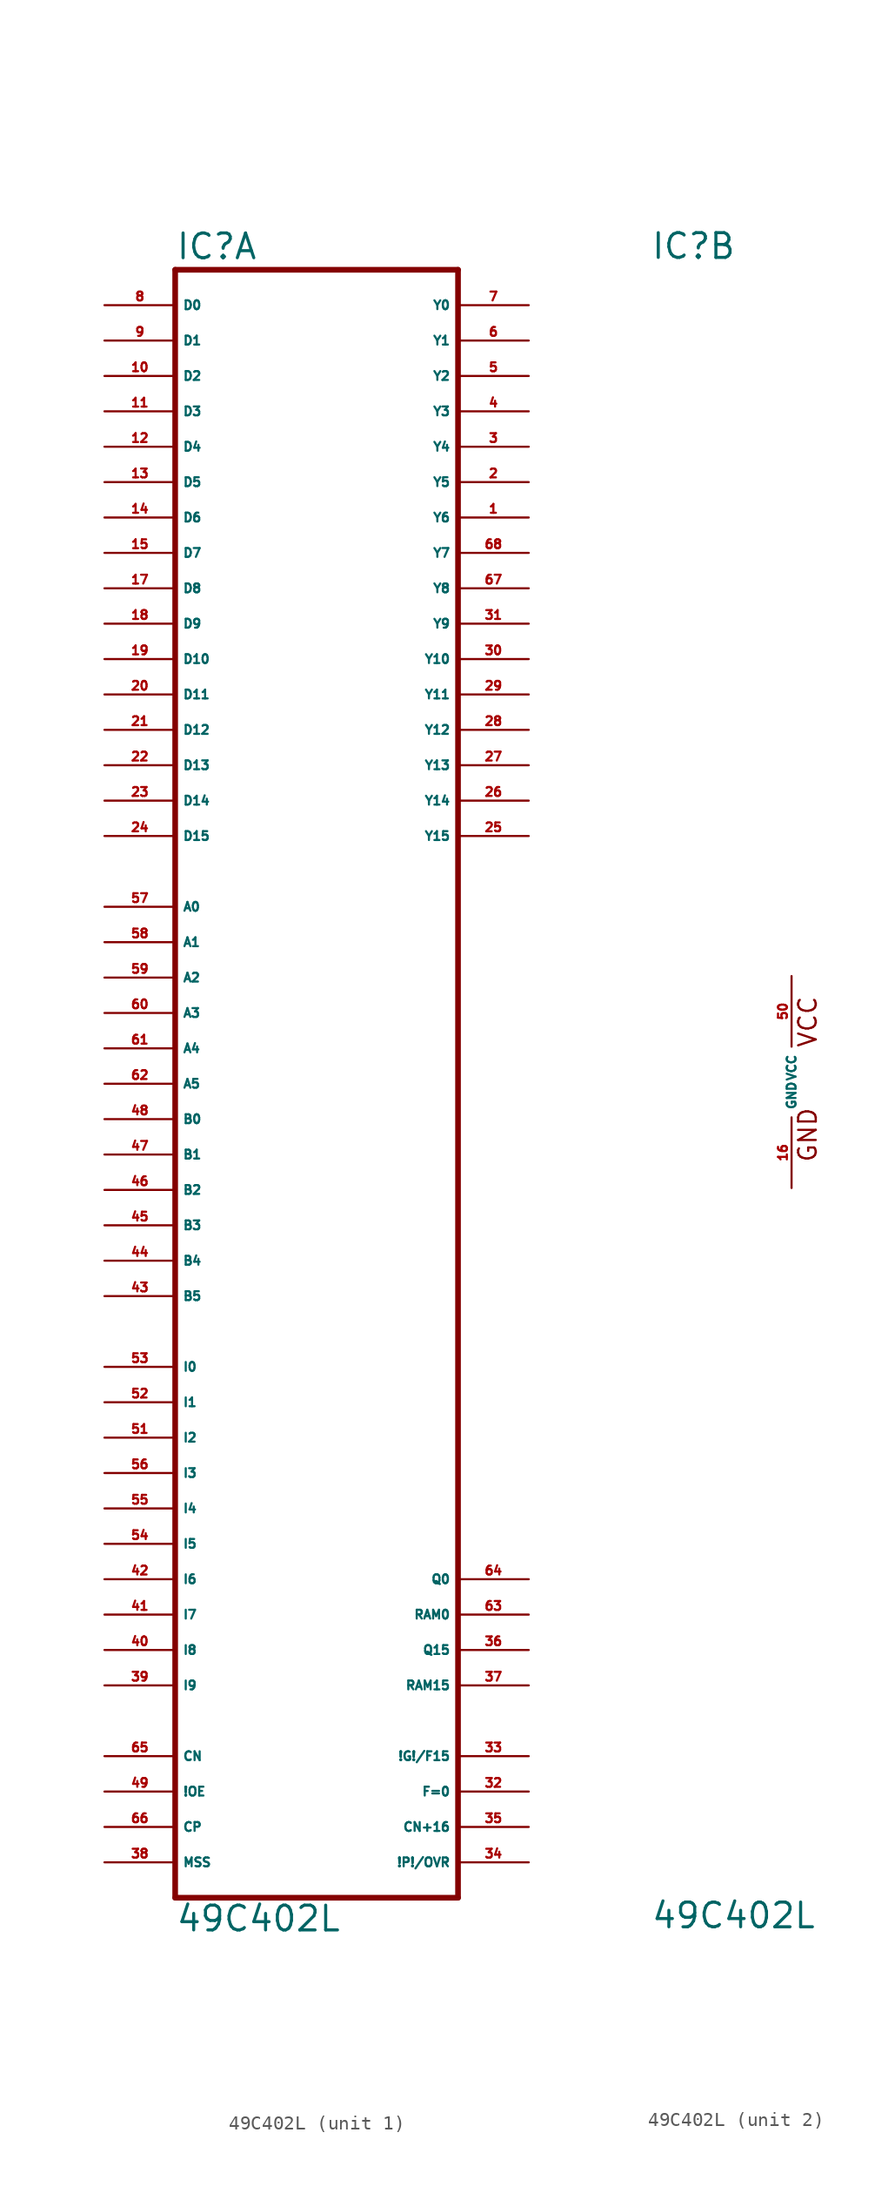
<source format=kicad_sym>
(kicad_symbol_lib
  (version 20220914)
  (generator Eagle2Kicad)
  (symbol "49C402L"
    (property "Reference" "IC"
      (at -10.16 59.055 0)
      (effects (font (size 1.778 1.778) (thickness 0.22)) (justify left bottom)))
    (property "Value" "49C402L"
      (at -10.16 -60.96 0)
      (effects (font (size 1.778 1.778) (thickness 0.22)) (justify left bottom)))
    (symbol "49C402L_1_0"
      (polyline (pts (xy -10.16 -58.42) (xy 10.16 -58.42)) (stroke (width 0.406) (type default)) (fill (type none)))
      (polyline (pts (xy 10.16 -58.42) (xy 10.16 58.42)) (stroke (width 0.406) (type default)) (fill (type none)))
      (polyline (pts (xy 10.16 58.42) (xy -10.16 58.42)) (stroke (width 0.406) (type default)) (fill (type none)))
      (polyline (pts (xy -10.16 58.42) (xy -10.16 -58.42)) (stroke (width 0.406) (type default)) (fill (type none)))
      (pin input line (at -15.24 12.7 0) (length 5.08) (name "A0" (effects (font (size 0.635 0.635) (thickness 0.08)) (justify left bottom))) (number "57" (effects (font (size 0.635 0.635) (thickness 0.08)) (justify left bottom))))
      (pin input line (at -15.24 10.16 0) (length 5.08) (name "A1" (effects (font (size 0.635 0.635) (thickness 0.08)) (justify left bottom))) (number "58" (effects (font (size 0.635 0.635) (thickness 0.08)) (justify left bottom))))
      (pin input line (at -15.24 7.62 0) (length 5.08) (name "A2" (effects (font (size 0.635 0.635) (thickness 0.08)) (justify left bottom))) (number "59" (effects (font (size 0.635 0.635) (thickness 0.08)) (justify left bottom))))
      (pin input line (at -15.24 5.08 0) (length 5.08) (name "A3" (effects (font (size 0.635 0.635) (thickness 0.08)) (justify left bottom))) (number "60" (effects (font (size 0.635 0.635) (thickness 0.08)) (justify left bottom))))
      (pin input line (at -15.24 -2.54 0) (length 5.08) (name "B0" (effects (font (size 0.635 0.635) (thickness 0.08)) (justify left bottom))) (number "48" (effects (font (size 0.635 0.635) (thickness 0.08)) (justify left bottom))))
      (pin input line (at -15.24 -5.08 0) (length 5.08) (name "B1" (effects (font (size 0.635 0.635) (thickness 0.08)) (justify left bottom))) (number "47" (effects (font (size 0.635 0.635) (thickness 0.08)) (justify left bottom))))
      (pin input line (at -15.24 -7.62 0) (length 5.08) (name "B2" (effects (font (size 0.635 0.635) (thickness 0.08)) (justify left bottom))) (number "46" (effects (font (size 0.635 0.635) (thickness 0.08)) (justify left bottom))))
      (pin input line (at -15.24 -10.16 0) (length 5.08) (name "B3" (effects (font (size 0.635 0.635) (thickness 0.08)) (justify left bottom))) (number "45" (effects (font (size 0.635 0.635) (thickness 0.08)) (justify left bottom))))
      (pin input line (at -15.24 55.88 0) (length 5.08) (name "D0" (effects (font (size 0.635 0.635) (thickness 0.08)) (justify left bottom))) (number "8" (effects (font (size 0.635 0.635) (thickness 0.08)) (justify left bottom))))
      (pin input line (at -15.24 53.34 0) (length 5.08) (name "D1" (effects (font (size 0.635 0.635) (thickness 0.08)) (justify left bottom))) (number "9" (effects (font (size 0.635 0.635) (thickness 0.08)) (justify left bottom))))
      (pin input line (at -15.24 50.8 0) (length 5.08) (name "D2" (effects (font (size 0.635 0.635) (thickness 0.08)) (justify left bottom))) (number "10" (effects (font (size 0.635 0.635) (thickness 0.08)) (justify left bottom))))
      (pin input line (at -15.24 48.26 0) (length 5.08) (name "D3" (effects (font (size 0.635 0.635) (thickness 0.08)) (justify left bottom))) (number "11" (effects (font (size 0.635 0.635) (thickness 0.08)) (justify left bottom))))
      (pin input line (at -15.24 45.72 0) (length 5.08) (name "D4" (effects (font (size 0.635 0.635) (thickness 0.08)) (justify left bottom))) (number "12" (effects (font (size 0.635 0.635) (thickness 0.08)) (justify left bottom))))
      (pin input line (at -15.24 43.18 0) (length 5.08) (name "D5" (effects (font (size 0.635 0.635) (thickness 0.08)) (justify left bottom))) (number "13" (effects (font (size 0.635 0.635) (thickness 0.08)) (justify left bottom))))
      (pin input line (at -15.24 40.64 0) (length 5.08) (name "D6" (effects (font (size 0.635 0.635) (thickness 0.08)) (justify left bottom))) (number "14" (effects (font (size 0.635 0.635) (thickness 0.08)) (justify left bottom))))
      (pin input line (at -15.24 38.1 0) (length 5.08) (name "D7" (effects (font (size 0.635 0.635) (thickness 0.08)) (justify left bottom))) (number "15" (effects (font (size 0.635 0.635) (thickness 0.08)) (justify left bottom))))
      (pin input line (at -15.24 35.56 0) (length 5.08) (name "D8" (effects (font (size 0.635 0.635) (thickness 0.08)) (justify left bottom))) (number "17" (effects (font (size 0.635 0.635) (thickness 0.08)) (justify left bottom))))
      (pin input line (at -15.24 33.02 0) (length 5.08) (name "D9" (effects (font (size 0.635 0.635) (thickness 0.08)) (justify left bottom))) (number "18" (effects (font (size 0.635 0.635) (thickness 0.08)) (justify left bottom))))
      (pin input line (at -15.24 30.48 0) (length 5.08) (name "D10" (effects (font (size 0.635 0.635) (thickness 0.08)) (justify left bottom))) (number "19" (effects (font (size 0.635 0.635) (thickness 0.08)) (justify left bottom))))
      (pin input line (at -15.24 27.94 0) (length 5.08) (name "D11" (effects (font (size 0.635 0.635) (thickness 0.08)) (justify left bottom))) (number "20" (effects (font (size 0.635 0.635) (thickness 0.08)) (justify left bottom))))
      (pin input line (at -15.24 25.4 0) (length 5.08) (name "D12" (effects (font (size 0.635 0.635) (thickness 0.08)) (justify left bottom))) (number "21" (effects (font (size 0.635 0.635) (thickness 0.08)) (justify left bottom))))
      (pin input line (at -15.24 22.86 0) (length 5.08) (name "D13" (effects (font (size 0.635 0.635) (thickness 0.08)) (justify left bottom))) (number "22" (effects (font (size 0.635 0.635) (thickness 0.08)) (justify left bottom))))
      (pin input line (at -15.24 20.32 0) (length 5.08) (name "D14" (effects (font (size 0.635 0.635) (thickness 0.08)) (justify left bottom))) (number "23" (effects (font (size 0.635 0.635) (thickness 0.08)) (justify left bottom))))
      (pin input line (at -15.24 17.78 0) (length 5.08) (name "D15" (effects (font (size 0.635 0.635) (thickness 0.08)) (justify left bottom))) (number "24" (effects (font (size 0.635 0.635) (thickness 0.08)) (justify left bottom))))
      (pin input line (at -15.24 -20.32 0) (length 5.08) (name "I0" (effects (font (size 0.635 0.635) (thickness 0.08)) (justify left bottom))) (number "53" (effects (font (size 0.635 0.635) (thickness 0.08)) (justify left bottom))))
      (pin input line (at -15.24 -22.86 0) (length 5.08) (name "I1" (effects (font (size 0.635 0.635) (thickness 0.08)) (justify left bottom))) (number "52" (effects (font (size 0.635 0.635) (thickness 0.08)) (justify left bottom))))
      (pin input line (at -15.24 -25.4 0) (length 5.08) (name "I2" (effects (font (size 0.635 0.635) (thickness 0.08)) (justify left bottom))) (number "51" (effects (font (size 0.635 0.635) (thickness 0.08)) (justify left bottom))))
      (pin input line (at -15.24 -27.94 0) (length 5.08) (name "I3" (effects (font (size 0.635 0.635) (thickness 0.08)) (justify left bottom))) (number "56" (effects (font (size 0.635 0.635) (thickness 0.08)) (justify left bottom))))
      (pin input line (at -15.24 -30.48 0) (length 5.08) (name "I4" (effects (font (size 0.635 0.635) (thickness 0.08)) (justify left bottom))) (number "55" (effects (font (size 0.635 0.635) (thickness 0.08)) (justify left bottom))))
      (pin input line (at -15.24 -33.02 0) (length 5.08) (name "I5" (effects (font (size 0.635 0.635) (thickness 0.08)) (justify left bottom))) (number "54" (effects (font (size 0.635 0.635) (thickness 0.08)) (justify left bottom))))
      (pin input line (at -15.24 -35.56 0) (length 5.08) (name "I6" (effects (font (size 0.635 0.635) (thickness 0.08)) (justify left bottom))) (number "42" (effects (font (size 0.635 0.635) (thickness 0.08)) (justify left bottom))))
      (pin input line (at -15.24 -38.1 0) (length 5.08) (name "I7" (effects (font (size 0.635 0.635) (thickness 0.08)) (justify left bottom))) (number "41" (effects (font (size 0.635 0.635) (thickness 0.08)) (justify left bottom))))
      (pin input line (at -15.24 -40.64 0) (length 5.08) (name "I8" (effects (font (size 0.635 0.635) (thickness 0.08)) (justify left bottom))) (number "40" (effects (font (size 0.635 0.635) (thickness 0.08)) (justify left bottom))))
      (pin input line (at -15.24 -43.18 0) (length 5.08) (name "I9" (effects (font (size 0.635 0.635) (thickness 0.08)) (justify left bottom))) (number "39" (effects (font (size 0.635 0.635) (thickness 0.08)) (justify left bottom))))
      (pin input line (at -15.24 -48.26 0) (length 5.08) (name "CN" (effects (font (size 0.635 0.635) (thickness 0.08)) (justify left bottom))) (number "65" (effects (font (size 0.635 0.635) (thickness 0.08)) (justify left bottom))))
      (pin input line (at -15.24 -50.8 0) (length 5.08) (name "!OE" (effects (font (size 0.635 0.635) (thickness 0.08)) (justify left bottom))) (number "49" (effects (font (size 0.635 0.635) (thickness 0.08)) (justify left bottom))))
      (pin input line (at -15.24 -53.34 0) (length 5.08) (name "CP" (effects (font (size 0.635 0.635) (thickness 0.08)) (justify left bottom))) (number "66" (effects (font (size 0.635 0.635) (thickness 0.08)) (justify left bottom))))
      (pin input line (at -15.24 -55.88 0) (length 5.08) (name "MSS" (effects (font (size 0.635 0.635) (thickness 0.08)) (justify left bottom))) (number "38" (effects (font (size 0.635 0.635) (thickness 0.08)) (justify left bottom))))
      (pin output line (at 15.24 55.88 180) (length 5.08) (name "Y0" (effects (font (size 0.635 0.635) (thickness 0.08)) (justify left bottom))) (number "7" (effects (font (size 0.635 0.635) (thickness 0.08)) (justify left bottom))))
      (pin output line (at 15.24 53.34 180) (length 5.08) (name "Y1" (effects (font (size 0.635 0.635) (thickness 0.08)) (justify left bottom))) (number "6" (effects (font (size 0.635 0.635) (thickness 0.08)) (justify left bottom))))
      (pin output line (at 15.24 50.8 180) (length 5.08) (name "Y2" (effects (font (size 0.635 0.635) (thickness 0.08)) (justify left bottom))) (number "5" (effects (font (size 0.635 0.635) (thickness 0.08)) (justify left bottom))))
      (pin output line (at 15.24 48.26 180) (length 5.08) (name "Y3" (effects (font (size 0.635 0.635) (thickness 0.08)) (justify left bottom))) (number "4" (effects (font (size 0.635 0.635) (thickness 0.08)) (justify left bottom))))
      (pin output line (at 15.24 45.72 180) (length 5.08) (name "Y4" (effects (font (size 0.635 0.635) (thickness 0.08)) (justify left bottom))) (number "3" (effects (font (size 0.635 0.635) (thickness 0.08)) (justify left bottom))))
      (pin output line (at 15.24 43.18 180) (length 5.08) (name "Y5" (effects (font (size 0.635 0.635) (thickness 0.08)) (justify left bottom))) (number "2" (effects (font (size 0.635 0.635) (thickness 0.08)) (justify left bottom))))
      (pin output line (at 15.24 40.64 180) (length 5.08) (name "Y6" (effects (font (size 0.635 0.635) (thickness 0.08)) (justify left bottom))) (number "1" (effects (font (size 0.635 0.635) (thickness 0.08)) (justify left bottom))))
      (pin output line (at 15.24 38.1 180) (length 5.08) (name "Y7" (effects (font (size 0.635 0.635) (thickness 0.08)) (justify left bottom))) (number "68" (effects (font (size 0.635 0.635) (thickness 0.08)) (justify left bottom))))
      (pin output line (at 15.24 35.56 180) (length 5.08) (name "Y8" (effects (font (size 0.635 0.635) (thickness 0.08)) (justify left bottom))) (number "67" (effects (font (size 0.635 0.635) (thickness 0.08)) (justify left bottom))))
      (pin output line (at 15.24 33.02 180) (length 5.08) (name "Y9" (effects (font (size 0.635 0.635) (thickness 0.08)) (justify left bottom))) (number "31" (effects (font (size 0.635 0.635) (thickness 0.08)) (justify left bottom))))
      (pin output line (at 15.24 30.48 180) (length 5.08) (name "Y10" (effects (font (size 0.635 0.635) (thickness 0.08)) (justify left bottom))) (number "30" (effects (font (size 0.635 0.635) (thickness 0.08)) (justify left bottom))))
      (pin output line (at 15.24 27.94 180) (length 5.08) (name "Y11" (effects (font (size 0.635 0.635) (thickness 0.08)) (justify left bottom))) (number "29" (effects (font (size 0.635 0.635) (thickness 0.08)) (justify left bottom))))
      (pin output line (at 15.24 25.4 180) (length 5.08) (name "Y12" (effects (font (size 0.635 0.635) (thickness 0.08)) (justify left bottom))) (number "28" (effects (font (size 0.635 0.635) (thickness 0.08)) (justify left bottom))))
      (pin output line (at 15.24 22.86 180) (length 5.08) (name "Y13" (effects (font (size 0.635 0.635) (thickness 0.08)) (justify left bottom))) (number "27" (effects (font (size 0.635 0.635) (thickness 0.08)) (justify left bottom))))
      (pin output line (at 15.24 20.32 180) (length 5.08) (name "Y14" (effects (font (size 0.635 0.635) (thickness 0.08)) (justify left bottom))) (number "26" (effects (font (size 0.635 0.635) (thickness 0.08)) (justify left bottom))))
      (pin output line (at 15.24 17.78 180) (length 5.08) (name "Y15" (effects (font (size 0.635 0.635) (thickness 0.08)) (justify left bottom))) (number "25" (effects (font (size 0.635 0.635) (thickness 0.08)) (justify left bottom))))
      (pin output line (at 15.24 -55.88 180) (length 5.08) (name "!P!/OVR" (effects (font (size 0.635 0.635) (thickness 0.08)) (justify left bottom))) (number "34" (effects (font (size 0.635 0.635) (thickness 0.08)) (justify left bottom))))
      (pin output line (at 15.24 -53.34 180) (length 5.08) (name "CN+16" (effects (font (size 0.635 0.635) (thickness 0.08)) (justify left bottom))) (number "35" (effects (font (size 0.635 0.635) (thickness 0.08)) (justify left bottom))))
      (pin output line (at 15.24 -50.8 180) (length 5.08) (name "F=0" (effects (font (size 0.635 0.635) (thickness 0.08)) (justify left bottom))) (number "32" (effects (font (size 0.635 0.635) (thickness 0.08)) (justify left bottom))))
      (pin output line (at 15.24 -48.26 180) (length 5.08) (name "!G!/F15" (effects (font (size 0.635 0.635) (thickness 0.08)) (justify left bottom))) (number "33" (effects (font (size 0.635 0.635) (thickness 0.08)) (justify left bottom))))
      (pin bidirectional line (at 15.24 -43.18 180) (length 5.08) (name "RAM15" (effects (font (size 0.635 0.635) (thickness 0.08)) (justify left bottom))) (number "37" (effects (font (size 0.635 0.635) (thickness 0.08)) (justify left bottom))))
      (pin bidirectional line (at 15.24 -40.64 180) (length 5.08) (name "Q15" (effects (font (size 0.635 0.635) (thickness 0.08)) (justify left bottom))) (number "36" (effects (font (size 0.635 0.635) (thickness 0.08)) (justify left bottom))))
      (pin bidirectional line (at 15.24 -38.1 180) (length 5.08) (name "RAM0" (effects (font (size 0.635 0.635) (thickness 0.08)) (justify left bottom))) (number "63" (effects (font (size 0.635 0.635) (thickness 0.08)) (justify left bottom))))
      (pin bidirectional line (at 15.24 -35.56 180) (length 5.08) (name "Q0" (effects (font (size 0.635 0.635) (thickness 0.08)) (justify left bottom))) (number "64" (effects (font (size 0.635 0.635) (thickness 0.08)) (justify left bottom))))
      (pin input line (at -15.24 2.54 0) (length 5.08) (name "A4" (effects (font (size 0.635 0.635) (thickness 0.08)) (justify left bottom))) (number "61" (effects (font (size 0.635 0.635) (thickness 0.08)) (justify left bottom))))
      (pin input line (at -15.24 0 0) (length 5.08) (name "A5" (effects (font (size 0.635 0.635) (thickness 0.08)) (justify left bottom))) (number "62" (effects (font (size 0.635 0.635) (thickness 0.08)) (justify left bottom))))
      (pin input line (at -15.24 -12.7 0) (length 5.08) (name "B4" (effects (font (size 0.635 0.635) (thickness 0.08)) (justify left bottom))) (number "44" (effects (font (size 0.635 0.635) (thickness 0.08)) (justify left bottom))))
      (pin input line (at -15.24 -15.24 0) (length 5.08) (name "B5" (effects (font (size 0.635 0.635) (thickness 0.08)) (justify left bottom))) (number "43" (effects (font (size 0.635 0.635) (thickness 0.08)) (justify left bottom)))))
    (symbol "49C402L_2_0"
      (text "GND" (at 1.905 -5.842 900) (effects (font (size 1.27 1.27) (thickness 0.16)) (justify left bottom)))
      (text "VCC" (at 1.905 2.413 900) (effects (font (size 1.27 1.27) (thickness 0.16)) (justify left bottom)))
      (pin unspecified line (at 0 7.62 270) (length 5.08) (name "VCC" (effects (font (size 0.635 0.635) (thickness 0.08)) (justify left bottom))) (number "50" (effects (font (size 0.635 0.635) (thickness 0.08)) (justify left bottom))))
      (pin unspecified line (at 0 -7.62 90) (length 5.08) (name "GND" (effects (font (size 0.635 0.635) (thickness 0.08)) (justify left bottom))) (number "16" (effects (font (size 0.635 0.635) (thickness 0.08)) (justify left bottom)))))))
</source>
